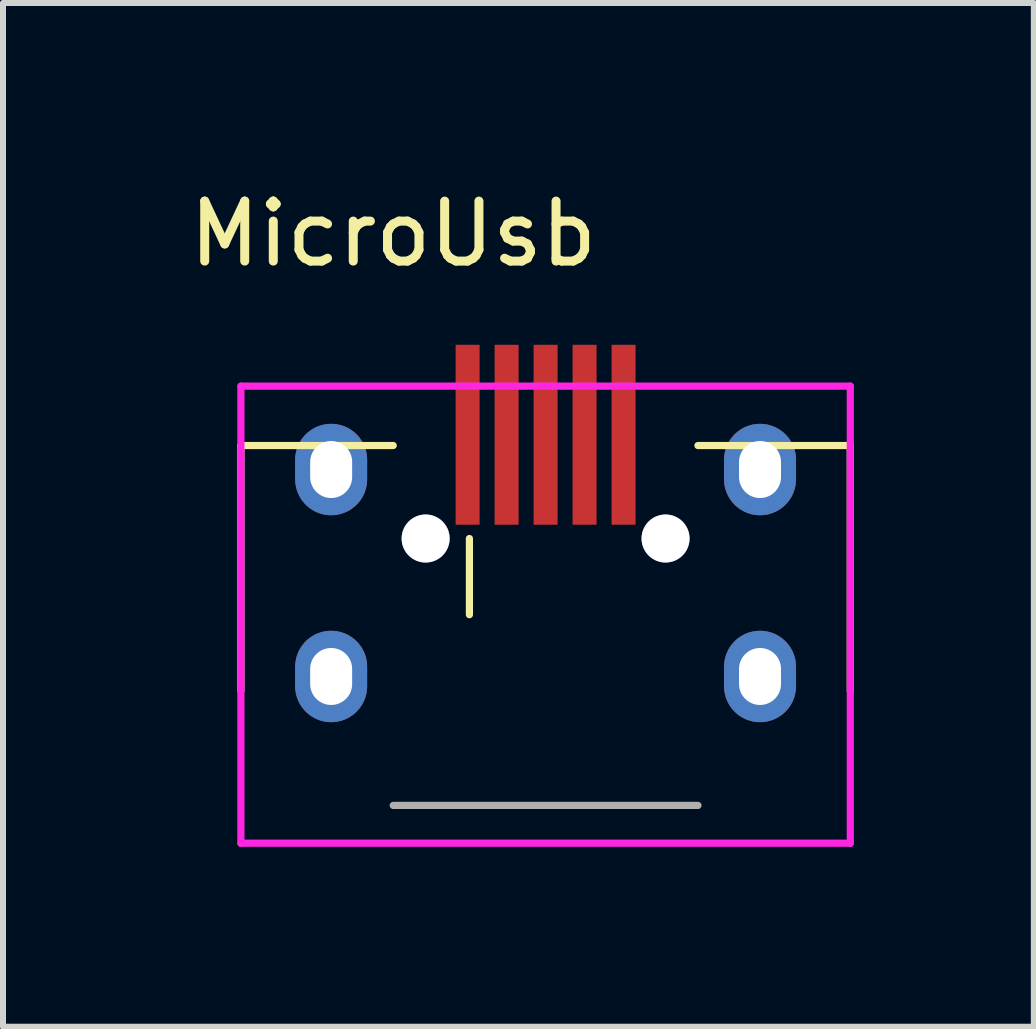
<source format=kicad_pcb>
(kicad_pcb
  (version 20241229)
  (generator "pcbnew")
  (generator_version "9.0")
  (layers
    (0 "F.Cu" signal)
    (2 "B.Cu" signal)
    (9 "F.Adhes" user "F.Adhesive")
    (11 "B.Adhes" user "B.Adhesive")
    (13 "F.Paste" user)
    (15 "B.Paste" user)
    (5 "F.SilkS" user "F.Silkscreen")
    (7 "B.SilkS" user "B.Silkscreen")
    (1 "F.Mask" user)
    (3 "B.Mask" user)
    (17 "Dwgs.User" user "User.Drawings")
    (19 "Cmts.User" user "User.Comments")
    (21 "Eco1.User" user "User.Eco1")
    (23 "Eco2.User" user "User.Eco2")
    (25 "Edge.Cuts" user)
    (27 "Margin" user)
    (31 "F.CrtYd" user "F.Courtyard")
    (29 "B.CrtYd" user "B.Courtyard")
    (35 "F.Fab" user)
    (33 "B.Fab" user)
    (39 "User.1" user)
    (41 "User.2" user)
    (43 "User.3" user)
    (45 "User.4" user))
  (footprint "MicroUsb"
    (layer "F.Cu")
    (at 6.046 7.198)
    (property "Reference" "MicroUsb" (at -2.54 -6.35 0) (layer "F.SilkS") (effects (font (size 1 1) (thickness 0.15))))
    (attr through_hole)
    (fp_line (start -5.08 -2.82) (end -5.08 1.27) (stroke (width 0.12) (type solid)) (layer "F.SilkS"))
    (fp_line (start -2.54 -2.82) (end -5.08 -2.82) (stroke (width 0.12) (type solid)) (layer "F.SilkS"))
    (fp_line (start -1.27 -1.27) (end -1.27 0) (stroke (width 0.12) (type solid)) (layer "F.SilkS"))
    (fp_line (start 5.08 -2.82) (end 2.54 -2.82) (stroke (width 0.12) (type solid)) (layer "F.SilkS"))
    (fp_line (start 5.08 -2.82) (end 5.08 1.27) (stroke (width 0.12) (type solid)) (layer "F.SilkS"))
    (fp_line (start -5.08 -3.81) (end -5.08 3.81) (stroke (width 0.12) (type solid)) (layer "F.CrtYd"))
    (fp_line (start -5.08 3.81) (end 5.08 3.81) (stroke (width 0.12) (type solid)) (layer "F.CrtYd"))
    (fp_line (start 5.08 -3.81) (end -5.08 -3.81) (stroke (width 0.12) (type solid)) (layer "F.CrtYd"))
    (fp_line (start 5.08 3.81) (end 5.08 -3.81) (stroke (width 0.12) (type solid)) (layer "F.CrtYd"))
    (fp_line (start -2.54 3.18) (end 2.54 3.18) (stroke (width 0.12) (type solid)) (layer "F.Fab"))
    (pad "1" thru_hole circle (at -2 -1.27) (size 0.8 0.8) (drill 0.8) (layers "*.Cu" "*.Mask"))
    (pad "1" smd rect (at -1.3 -3) (size 0.4 3) (layers "F.Cu" "F.Mask" "F.Paste"))
    (pad "2" smd rect (at -0.65 -3) (size 0.4 3) (layers "F.Cu" "F.Mask" "F.Paste"))
    (pad "3" smd rect (at 0 -3) (size 0.4 3) (layers "F.Cu" "F.Mask" "F.Paste"))
    (pad "4" smd rect (at 0.65 -3) (size 0.4 3) (layers "F.Cu" "F.Mask" "F.Paste"))
    (pad "5" smd rect (at 1.3 -3) (size 0.4 3) (layers "F.Cu" "F.Mask" "F.Paste"))
    (pad "5" thru_hole circle (at 2 -1.27) (size 0.8 0.8) (drill 0.8) (layers "*.Cu" "*.Mask"))
    (pad "6" thru_hole oval (at -3.575 -2.42) (size 1.2 1.524) (drill oval 0.7 0.95) (layers "*.Cu" "*.Mask"))
    (pad "6" thru_hole oval (at -3.575 1.03) (size 1.2 1.524) (drill oval 0.7 0.95) (layers "*.Cu" "*.Mask"))
    (pad "6" thru_hole oval (at 3.575 -2.42) (size 1.2 1.524) (drill oval 0.7 0.95) (layers "*.Cu" "*.Mask"))
    (pad "6" thru_hole oval (at 3.575 1.03) (size 1.2 1.524) (drill oval 0.7 0.95) (layers "*.Cu" "*.Mask")))
  (gr_rect
    (start -3 -3)
    (end 14.186 14.068)
    (stroke (width 0.1) (type default))
    (fill no)
    (layer "Edge.Cuts")))
</source>
